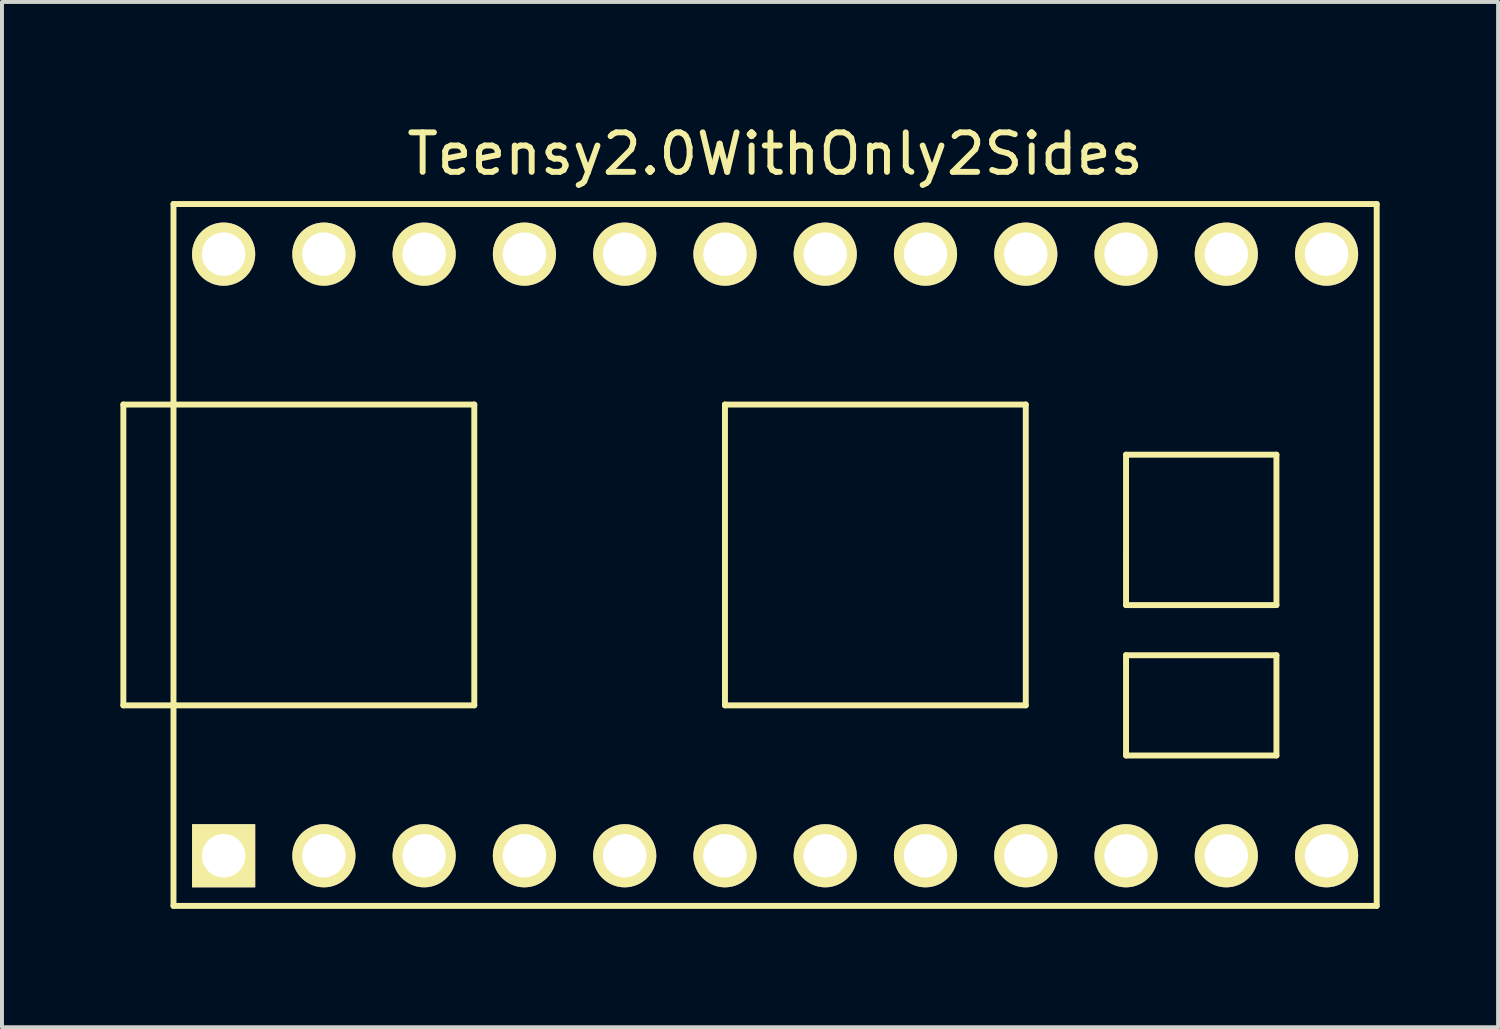
<source format=kicad_pcb>
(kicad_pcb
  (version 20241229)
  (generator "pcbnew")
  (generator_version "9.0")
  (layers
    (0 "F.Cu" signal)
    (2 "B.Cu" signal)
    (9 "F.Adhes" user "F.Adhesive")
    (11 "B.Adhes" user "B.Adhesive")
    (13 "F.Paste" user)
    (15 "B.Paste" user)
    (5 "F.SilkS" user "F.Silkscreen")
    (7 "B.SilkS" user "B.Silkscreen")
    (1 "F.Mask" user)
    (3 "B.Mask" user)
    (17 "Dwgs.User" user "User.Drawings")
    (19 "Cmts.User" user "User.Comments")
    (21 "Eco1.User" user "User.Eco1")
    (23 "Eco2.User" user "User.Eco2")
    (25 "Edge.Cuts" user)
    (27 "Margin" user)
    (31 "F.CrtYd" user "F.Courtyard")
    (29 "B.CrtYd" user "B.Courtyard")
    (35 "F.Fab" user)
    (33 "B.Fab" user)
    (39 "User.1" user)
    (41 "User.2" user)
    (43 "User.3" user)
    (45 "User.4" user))
  (footprint "Teensy2.0WithOnly2Sides"
    (layer "F.Cu")
    (at 16.585 11.008)
    (property "Reference" "Teensy2.0WithOnly2Sides" (at 0 -10.16 0) (layer "F.SilkS") (effects (font (size 1 1) (thickness 0.15))))
    (attr through_hole)
    (fp_line (start -16.51 -3.81) (end -7.62 -3.81) (stroke (width 0.15) (type solid)) (layer "F.SilkS"))
    (fp_line (start -16.51 3.81) (end -16.51 -3.81) (stroke (width 0.15) (type solid)) (layer "F.SilkS"))
    (fp_line (start -15.24 -8.89) (end 15.24 -8.89) (stroke (width 0.15) (type solid)) (layer "F.SilkS"))
    (fp_line (start -15.24 8.89) (end -15.24 -8.89) (stroke (width 0.15) (type solid)) (layer "F.SilkS"))
    (fp_line (start -7.62 -3.81) (end -7.62 3.81) (stroke (width 0.15) (type solid)) (layer "F.SilkS"))
    (fp_line (start -7.62 3.81) (end -16.51 3.81) (stroke (width 0.15) (type solid)) (layer "F.SilkS"))
    (fp_line (start -1.27 -3.81) (end -1.27 3.81) (stroke (width 0.15) (type solid)) (layer "F.SilkS"))
    (fp_line (start -1.27 3.81) (end 6.35 3.81) (stroke (width 0.15) (type solid)) (layer "F.SilkS"))
    (fp_line (start 6.35 -3.81) (end -1.27 -3.81) (stroke (width 0.15) (type solid)) (layer "F.SilkS"))
    (fp_line (start 6.35 3.81) (end 6.35 -3.81) (stroke (width 0.15) (type solid)) (layer "F.SilkS"))
    (fp_line (start 8.89 -2.54) (end 8.89 0) (stroke (width 0.15) (type solid)) (layer "F.SilkS"))
    (fp_line (start 8.89 0) (end 8.89 1.27) (stroke (width 0.15) (type solid)) (layer "F.SilkS"))
    (fp_line (start 8.89 1.27) (end 12.7 1.27) (stroke (width 0.15) (type solid)) (layer "F.SilkS"))
    (fp_line (start 8.89 2.54) (end 8.89 5.08) (stroke (width 0.15) (type solid)) (layer "F.SilkS"))
    (fp_line (start 8.89 5.08) (end 12.7 5.08) (stroke (width 0.15) (type solid)) (layer "F.SilkS"))
    (fp_line (start 12.7 -2.54) (end 8.89 -2.54) (stroke (width 0.15) (type solid)) (layer "F.SilkS"))
    (fp_line (start 12.7 1.27) (end 12.7 -2.54) (stroke (width 0.15) (type solid)) (layer "F.SilkS"))
    (fp_line (start 12.7 2.54) (end 8.89 2.54) (stroke (width 0.15) (type solid)) (layer "F.SilkS"))
    (fp_line (start 12.7 5.08) (end 12.7 2.54) (stroke (width 0.15) (type solid)) (layer "F.SilkS"))
    (fp_line (start 15.24 -8.89) (end 15.24 8.89) (stroke (width 0.15) (type solid)) (layer "F.SilkS"))
    (fp_line (start 15.24 8.89) (end -15.24 8.89) (stroke (width 0.15) (type solid)) (layer "F.SilkS"))
    (pad "1" thru_hole rect (at -13.97 7.62) (size 1.6 1.6) (drill 1.1) (layers "*.Cu" "*.Mask" "F.SilkS"))
    (pad "2" thru_hole circle (at -11.43 7.62) (size 1.6 1.6) (drill 1.1) (layers "*.Cu" "*.Mask" "F.SilkS"))
    (pad "3" thru_hole circle (at -8.89 7.62) (size 1.6 1.6) (drill 1.1) (layers "*.Cu" "*.Mask" "F.SilkS"))
    (pad "4" thru_hole circle (at -6.35 7.62) (size 1.6 1.6) (drill 1.1) (layers "*.Cu" "*.Mask" "F.SilkS"))
    (pad "5" thru_hole circle (at -3.81 7.62) (size 1.6 1.6) (drill 1.1) (layers "*.Cu" "*.Mask" "F.SilkS"))
    (pad "6" thru_hole circle (at -1.27 7.62) (size 1.6 1.6) (drill 1.1) (layers "*.Cu" "*.Mask" "F.SilkS"))
    (pad "7" thru_hole circle (at 1.27 7.62) (size 1.6 1.6) (drill 1.1) (layers "*.Cu" "*.Mask" "F.SilkS"))
    (pad "8" thru_hole circle (at 3.81 7.62) (size 1.6 1.6) (drill 1.1) (layers "*.Cu" "*.Mask" "F.SilkS"))
    (pad "9" thru_hole circle (at 6.35 7.62) (size 1.6 1.6) (drill 1.1) (layers "*.Cu" "*.Mask" "F.SilkS"))
    (pad "10" thru_hole circle (at 8.89 7.62) (size 1.6 1.6) (drill 1.1) (layers "*.Cu" "*.Mask" "F.SilkS"))
    (pad "11" thru_hole circle (at 11.43 7.62) (size 1.6 1.6) (drill 1.1) (layers "*.Cu" "*.Mask" "F.SilkS"))
    (pad "12" thru_hole circle (at 13.97 7.62) (size 1.6 1.6) (drill 1.1) (layers "*.Cu" "*.Mask" "F.SilkS"))
    (pad "18" thru_hole circle (at 13.97 -7.62) (size 1.6 1.6) (drill 1.1) (layers "*.Cu" "*.Mask" "F.SilkS"))
    (pad "19" thru_hole circle (at 11.43 -7.62) (size 1.6 1.6) (drill 1.1) (layers "*.Cu" "*.Mask" "F.SilkS"))
    (pad "20" thru_hole circle (at 8.89 -7.62) (size 1.6 1.6) (drill 1.1) (layers "*.Cu" "*.Mask" "F.SilkS"))
    (pad "21" thru_hole circle (at 6.35 -7.62) (size 1.6 1.6) (drill 1.1) (layers "*.Cu" "*.Mask" "F.SilkS"))
    (pad "22" thru_hole circle (at 3.81 -7.62) (size 1.6 1.6) (drill 1.1) (layers "*.Cu" "*.Mask" "F.SilkS"))
    (pad "23" thru_hole circle (at 1.27 -7.62) (size 1.6 1.6) (drill 1.1) (layers "*.Cu" "*.Mask" "F.SilkS"))
    (pad "24" thru_hole circle (at -1.27 -7.62) (size 1.6 1.6) (drill 1.1) (layers "*.Cu" "*.Mask" "F.SilkS"))
    (pad "25" thru_hole circle (at -3.81 -7.62) (size 1.6 1.6) (drill 1.1) (layers "*.Cu" "*.Mask" "F.SilkS"))
    (pad "26" thru_hole circle (at -6.35 -7.62) (size 1.6 1.6) (drill 1.1) (layers "*.Cu" "*.Mask" "F.SilkS"))
    (pad "27" thru_hole circle (at -8.89 -7.62) (size 1.6 1.6) (drill 1.1) (layers "*.Cu" "*.Mask" "F.SilkS"))
    (pad "28" thru_hole circle (at -11.43 -7.62) (size 1.6 1.6) (drill 1.1) (layers "*.Cu" "*.Mask" "F.SilkS"))
    (pad "29" thru_hole circle (at -13.97 -7.62) (size 1.6 1.6) (drill 1.1) (layers "*.Cu" "*.Mask" "F.SilkS")))
  (gr_rect
    (start -3 -3)
    (end 34.9 22.973)
    (stroke (width 0.1) (type default))
    (fill no)
    (layer "Edge.Cuts")))
</source>
